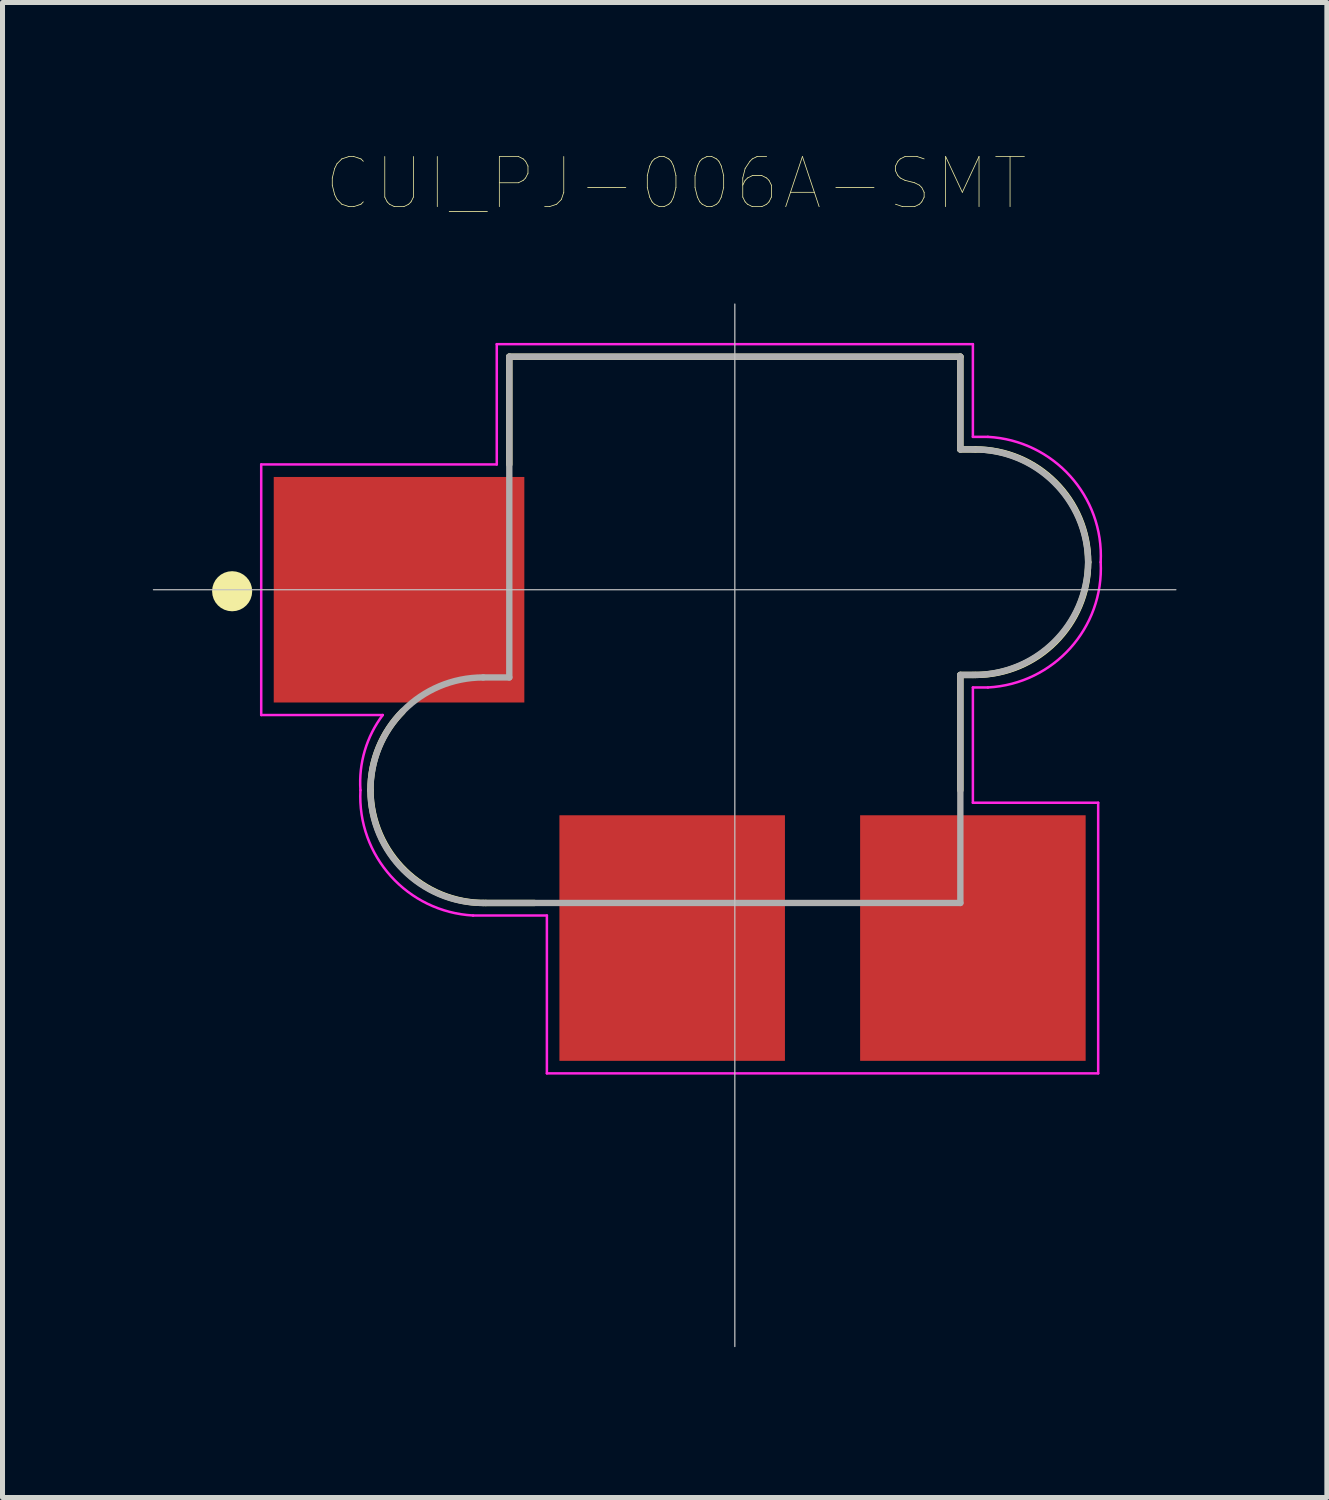
<source format=kicad_pcb>
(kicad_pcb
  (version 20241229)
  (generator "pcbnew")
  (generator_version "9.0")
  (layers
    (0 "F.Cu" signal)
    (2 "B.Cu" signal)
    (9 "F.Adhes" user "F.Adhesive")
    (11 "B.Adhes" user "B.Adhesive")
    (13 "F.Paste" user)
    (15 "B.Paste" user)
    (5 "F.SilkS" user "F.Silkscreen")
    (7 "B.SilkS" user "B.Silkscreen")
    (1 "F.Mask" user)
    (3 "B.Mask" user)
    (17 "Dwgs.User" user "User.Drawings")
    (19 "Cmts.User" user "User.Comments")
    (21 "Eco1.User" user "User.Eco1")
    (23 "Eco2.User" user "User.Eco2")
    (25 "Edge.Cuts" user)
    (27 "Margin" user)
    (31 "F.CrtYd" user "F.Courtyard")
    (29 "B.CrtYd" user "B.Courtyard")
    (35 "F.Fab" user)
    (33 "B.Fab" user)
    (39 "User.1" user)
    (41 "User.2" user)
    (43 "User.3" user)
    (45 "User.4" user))
  (footprint "CUI_PJ-006A-SMT"
    (layer "F.Cu")
    (at 4.912 8.717)
    (property "Reference" "CUI_PJ-006A-SMT" (at 5.525 -8.106 0) (layer "F.SilkS") (effects (font (size 1 1) (thickness 0.015))))
    (attr through_hole)
    (fp_line (start 1.73 6.25) (end 2.7 6.25) (stroke (width 0.127) (type solid)) (layer "F.SilkS"))
    (fp_line (start 2.2 -4.65) (end 2.2 -2.5) (stroke (width 0.127) (type solid)) (layer "F.SilkS"))
    (fp_line (start 11.2 -4.65) (end 2.2 -4.65) (stroke (width 0.127) (type solid)) (layer "F.SilkS"))
    (fp_line (start 11.2 -2.8) (end 11.2 -4.65) (stroke (width 0.127) (type solid)) (layer "F.SilkS"))
    (fp_line (start 11.2 -2.8) (end 11.5 -2.8) (stroke (width 0.127) (type solid)) (layer "F.SilkS"))
    (fp_line (start 11.2 1.7) (end 11.5 1.7) (stroke (width 0.127) (type solid)) (layer "F.SilkS"))
    (fp_line (start 11.2 4) (end 11.2 1.7) (stroke (width 0.127) (type solid)) (layer "F.SilkS"))
    (fp_arc (start -0.57 4) (mid -0.406146 3.151348) (end 0.07 2.43) (stroke (width 0.127) (type solid)) (layer "F.SilkS"))
    (fp_arc (start 1.73 6.25) (mid 0.11401 5.601346) (end -0.57 4) (stroke (width 0.127) (type solid)) (layer "F.SilkS"))
    (fp_arc (start 11.5 -2.8) (mid 13.09099 -2.14099) (end 13.75 -0.55) (stroke (width 0.127) (type solid)) (layer "F.SilkS"))
    (fp_arc (start 13.75 -0.55) (mid 13.09099 1.04099) (end 11.5 1.7) (stroke (width 0.127) (type solid)) (layer "F.SilkS"))
    (fp_circle (center -3.33 0.03) (end -3.13 0.03) (stroke (width 0.4) (type solid)) (fill no) (layer "F.SilkS"))
    (fp_line (start -4.9 0) (end 15.5 0) (stroke (width 0.025) (type solid)) (layer "Dwgs.User"))
    (fp_line (start 6.7 -5.7) (end 6.7 15.1) (stroke (width 0.025) (type solid)) (layer "Dwgs.User"))
    (fp_line (start -2.75 -2.5) (end 1.95 -2.5) (stroke (width 0.05) (type solid)) (layer "F.CrtYd"))
    (fp_line (start -2.75 2.5) (end -2.75 -2.5) (stroke (width 0.05) (type solid)) (layer "F.CrtYd"))
    (fp_line (start -0.325 2.5) (end -2.75 2.5) (stroke (width 0.05) (type solid)) (layer "F.CrtYd"))
    (fp_line (start 1.95 -4.9) (end 1.95 -2.5) (stroke (width 0.05) (type solid)) (layer "F.CrtYd"))
    (fp_line (start 2.95 6.5) (end 1.475 6.5) (stroke (width 0.05) (type solid)) (layer "F.CrtYd"))
    (fp_line (start 2.95 9.65) (end 2.95 6.5) (stroke (width 0.05) (type solid)) (layer "F.CrtYd"))
    (fp_line (start 11.45 -4.9) (end 1.95 -4.9) (stroke (width 0.05) (type solid)) (layer "F.CrtYd"))
    (fp_line (start 11.45 -3.05) (end 11.45 -4.9) (stroke (width 0.05) (type solid)) (layer "F.CrtYd"))
    (fp_line (start 11.45 -3.05) (end 11.75 -3.05) (stroke (width 0.05) (type solid)) (layer "F.CrtYd"))
    (fp_line (start 11.45 1.95) (end 11.75 1.95) (stroke (width 0.05) (type solid)) (layer "F.CrtYd"))
    (fp_line (start 11.45 4.25) (end 11.45 1.95) (stroke (width 0.05) (type solid)) (layer "F.CrtYd"))
    (fp_line (start 11.45 4.25) (end 13.95 4.25) (stroke (width 0.05) (type solid)) (layer "F.CrtYd"))
    (fp_line (start 13.95 4.25) (end 13.95 9.65) (stroke (width 0.05) (type solid)) (layer "F.CrtYd"))
    (fp_line (start 13.95 9.65) (end 2.95 9.65) (stroke (width 0.05) (type solid)) (layer "F.CrtYd"))
    (fp_arc (start -0.77 4) (mid -0.683122 3.209765) (end -0.325 2.5) (stroke (width 0.05) (type solid)) (layer "F.CrtYd"))
    (fp_arc (start 1.48 6.5) (mid -0.162767 5.71599) (end -0.77 4) (stroke (width 0.05) (type solid)) (layer "F.CrtYd"))
    (fp_arc (start 11.75 -3.05) (mid 13.392767 -2.26599) (end 14 -0.55) (stroke (width 0.05) (type solid)) (layer "F.CrtYd"))
    (fp_arc (start 14 -0.55) (mid 13.392767 1.16599) (end 11.75 1.95) (stroke (width 0.05) (type solid)) (layer "F.CrtYd"))
    (fp_line (start 1.68 6.25) (end 11.2 6.25) (stroke (width 0.127) (type solid)) (layer "F.Fab"))
    (fp_line (start 2.2 -4.65) (end 2.2 1.75) (stroke (width 0.127) (type solid)) (layer "F.Fab"))
    (fp_line (start 2.2 1.75) (end 1.68 1.75) (stroke (width 0.127) (type solid)) (layer "F.Fab"))
    (fp_line (start 11.2 -4.65) (end 2.2 -4.65) (stroke (width 0.127) (type solid)) (layer "F.Fab"))
    (fp_line (start 11.2 -2.8) (end 11.2 -4.65) (stroke (width 0.127) (type solid)) (layer "F.Fab"))
    (fp_line (start 11.2 -2.8) (end 11.45 -2.8) (stroke (width 0.127) (type solid)) (layer "F.Fab"))
    (fp_line (start 11.2 1.7) (end 11.45 1.7) (stroke (width 0.127) (type solid)) (layer "F.Fab"))
    (fp_line (start 11.2 6.25) (end 11.2 1.7) (stroke (width 0.127) (type solid)) (layer "F.Fab"))
    (fp_arc (start -0.57 4) (mid 0.08901 2.40901) (end 1.68 1.75) (stroke (width 0.127) (type solid)) (layer "F.Fab"))
    (fp_arc (start 1.68 6.25) (mid 0.08901 5.59099) (end -0.57 4) (stroke (width 0.127) (type solid)) (layer "F.Fab"))
    (fp_arc (start 11.45 -2.8) (mid 13.06599 -2.151346) (end 13.75 -0.55) (stroke (width 0.127) (type solid)) (layer "F.Fab"))
    (fp_arc (start 13.75 -0.55) (mid 13.06599 1.051346) (end 11.45 1.7) (stroke (width 0.127) (type solid)) (layer "F.Fab"))
    (pad "1" smd rect (at 0 0) (size 5 4.5) (layers "F.Cu" "F.Mask" "F.Paste"))
    (pad "2" smd rect (at 5.45 6.95) (size 4.5 4.9) (layers "F.Cu" "F.Mask" "F.Paste"))
    (pad "3" smd rect (at 11.45 6.95) (size 4.5 4.9) (layers "F.Cu" "F.Mask" "F.Paste")))
  (gr_rect
    (start -3 -3)
    (end 23.425 26.83)
    (stroke (width 0.1) (type default))
    (fill no)
    (layer "Edge.Cuts")))
</source>
